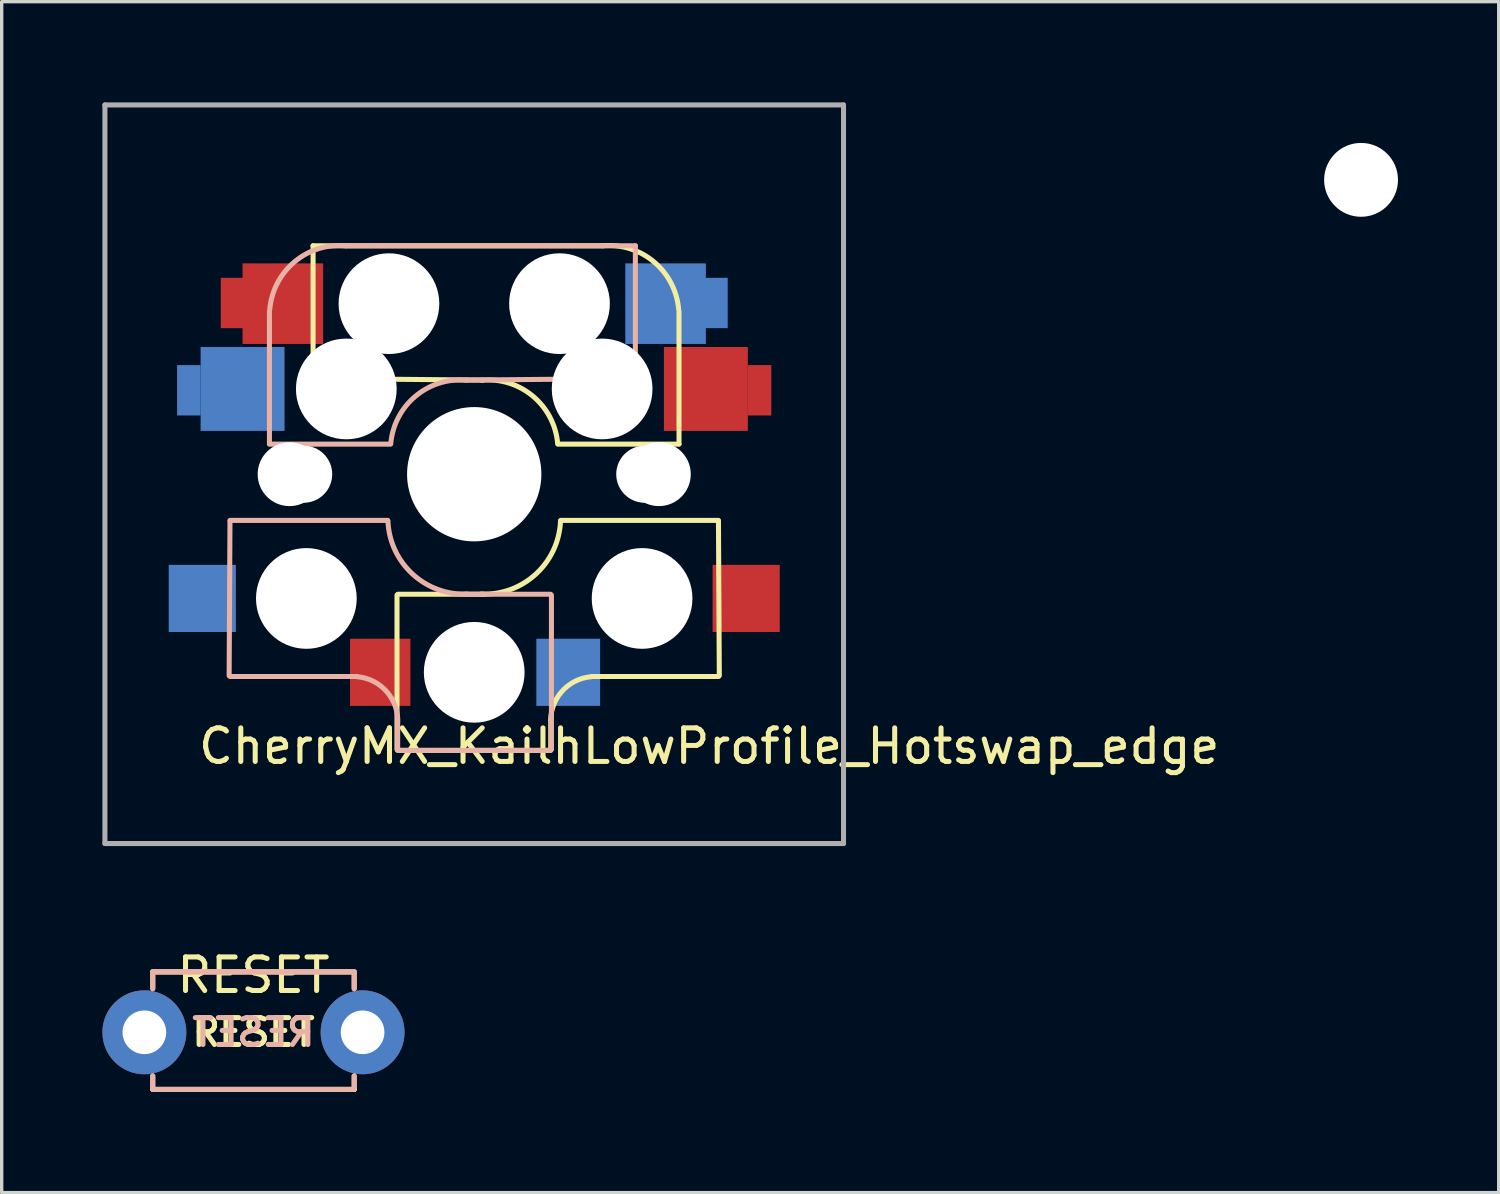
<source format=kicad_pcb>
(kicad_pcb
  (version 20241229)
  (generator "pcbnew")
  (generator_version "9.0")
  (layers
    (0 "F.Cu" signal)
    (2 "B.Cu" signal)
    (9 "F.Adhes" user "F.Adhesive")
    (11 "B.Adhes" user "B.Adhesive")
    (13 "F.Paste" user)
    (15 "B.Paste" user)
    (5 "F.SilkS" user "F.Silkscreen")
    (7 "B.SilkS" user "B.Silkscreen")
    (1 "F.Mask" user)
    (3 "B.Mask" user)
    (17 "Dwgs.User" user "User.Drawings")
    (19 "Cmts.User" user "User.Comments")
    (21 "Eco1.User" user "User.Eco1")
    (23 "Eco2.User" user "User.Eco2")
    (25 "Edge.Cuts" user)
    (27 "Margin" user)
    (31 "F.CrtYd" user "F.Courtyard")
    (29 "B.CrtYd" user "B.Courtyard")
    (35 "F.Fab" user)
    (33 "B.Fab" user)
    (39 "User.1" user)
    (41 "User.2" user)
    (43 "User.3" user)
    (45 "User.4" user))
  (footprint "HOLE_M2"
    (layer "F.Cu")
    (at 37.49 2.307)
    (property "Reference" "HOLE_M2" (at 0 -2 0) (layer "Eco2.User") (effects (font (size 0.3 0.3) (thickness 0.075))))
    (attr through_hole)
    (pad "" np_thru_hole circle (at 0 0) (size 2.2 2.2) (drill 2.2) (layers "*.Cu" "*.Mask")))
  (footprint "RESET"
    (layer "F.Cu")
    (at 4.5 27.698)
    (property "Reference" "RESET" (at 0 -1.7 0) (layer "F.SilkS") (effects (font (size 1 1) (thickness 0.15))))
    (attr through_hole)
    (fp_line (start -3 -1.8) (end -3 -1.3) (stroke (width 0.15) (type solid)) (layer "F.SilkS"))
    (fp_line (start -3 1.7) (end -3 1.3) (stroke (width 0.15) (type solid)) (layer "F.SilkS"))
    (fp_line (start -3 1.7) (end 3 1.7) (stroke (width 0.15) (type solid)) (layer "F.SilkS"))
    (fp_line (start 3 -1.8) (end -3 -1.8) (stroke (width 0.15) (type solid)) (layer "F.SilkS"))
    (fp_line (start 3 -1.8) (end 3 -1.3) (stroke (width 0.15) (type solid)) (layer "F.SilkS"))
    (fp_line (start 3 1.7) (end 3 1.3) (stroke (width 0.15) (type solid)) (layer "F.SilkS"))
    (fp_line (start -3 -1.8) (end -3 -1.3) (stroke (width 0.15) (type solid)) (layer "B.SilkS"))
    (fp_line (start -3 -1.8) (end 2.9 -1.8) (stroke (width 0.15) (type solid)) (layer "B.SilkS"))
    (fp_line (start -3 -1.8) (end 3 -1.8) (stroke (width 0.15) (type solid)) (layer "B.SilkS"))
    (fp_line (start -3 1.7) (end -3 1.3) (stroke (width 0.15) (type solid)) (layer "B.SilkS"))
    (fp_line (start 3 -1.8) (end 3 -1.3) (stroke (width 0.15) (type solid)) (layer "B.SilkS"))
    (fp_line (start 3 1.7) (end -3 1.7) (stroke (width 0.15) (type solid)) (layer "B.SilkS"))
    (fp_line (start 3 1.7) (end 3 1.3) (stroke (width 0.15) (type solid)) (layer "B.SilkS"))
    (fp_text user "RESET" (at 0 0 0) (layer "F.SilkS") (effects (font (size 0.8 0.8) (thickness 0.15))))
    (fp_text user "RESET" (at 0 0 180) (layer "B.SilkS") (effects (font (size 0.8 0.8) (thickness 0.15)) (justify mirror)))
    (pad "1" thru_hole circle (at -3.25 0) (size 2.5 2.5) (drill 1.3) (layers "*.Cu" "*.Mask"))
    (pad "2" thru_hole circle (at 3.25 0) (size 2.5 2.5) (drill 1.3) (layers "*.Cu" "*.Mask")))
  (footprint "CherryMX_KailhLowProfile_Hotswap_edge"
    (layer "F.Cu")
    (at 11.075 11.075)
    (property "Reference" "CherryMX_KailhLowProfile_Hotswap_edge" (at 7 8.1 0) (layer "F.SilkS") (effects (font (size 1 1) (thickness 0.15))))
    (attr through_hole)
    (fp_line (start -4.8 -6.804) (end 3.825 -6.804) (stroke (width 0.15) (type solid)) (layer "F.SilkS"))
    (fp_line (start -4.8 -2.896) (end -4.8 -6.804) (stroke (width 0.15) (type solid)) (layer "F.SilkS"))
    (fp_line (start -4.8 -2.85) (end 0.25 -2.804) (stroke (width 0.15) (type solid)) (layer "F.SilkS"))
    (fp_line (start -2.3 3.6) (end -2.3 8.2) (stroke (width 0.15) (type solid)) (layer "F.SilkS"))
    (fp_line (start -2.275 3.575) (end 0.275 3.575) (stroke (width 0.15) (type solid)) (layer "F.SilkS"))
    (fp_line (start -2.275 8.225) (end 2.275 8.225) (stroke (width 0.15) (type solid)) (layer "F.SilkS"))
    (fp_line (start 2.28 7.5) (end 2.28 8.2) (stroke (width 0.15) (type solid)) (layer "F.SilkS"))
    (fp_line (start 2.575 1.375) (end 7.275 1.375) (stroke (width 0.15) (type solid)) (layer "F.SilkS"))
    (fp_line (start 3.5 6.025) (end 7.275 6.025) (stroke (width 0.15) (type solid)) (layer "F.SilkS"))
    (fp_line (start 6.1 -4.85) (end 6.1 -0.905) (stroke (width 0.15) (type solid)) (layer "F.SilkS"))
    (fp_line (start 6.1 -0.896) (end 2.49 -0.896) (stroke (width 0.15) (type solid)) (layer "F.SilkS"))
    (fp_line (start 7.275 1.4) (end 7.3 6) (stroke (width 0.15) (type solid)) (layer "F.SilkS"))
    (fp_arc (start 0.225 -2.8) (mid 1.744361 -2.328062) (end 2.485001 -0.920001) (stroke (width 0.15) (type solid)) (layer "F.SilkS"))
    (fp_arc (start 2.279999 7.449999) (mid 2.595908 6.487329) (end 3.5 6.03) (stroke (width 0.15) (type solid)) (layer "F.SilkS"))
    (fp_arc (start 2.57 1.4) (mid 1.834422 2.975843) (end 0.2 3.57) (stroke (width 0.15) (type solid)) (layer "F.SilkS"))
    (fp_arc (start 3.825 -6.804) (mid 5.347189 -6.33089) (end 6.089 -4.92) (stroke (width 0.15) (type solid)) (layer "F.SilkS"))
    (fp_line (start -7.275 1.4) (end -7.3 6) (stroke (width 0.15) (type solid)) (layer "B.SilkS"))
    (fp_line (start -6.1 -4.85) (end -6.1 -0.905) (stroke (width 0.15) (type solid)) (layer "B.SilkS"))
    (fp_line (start -6.1 -0.896) (end -2.49 -0.896) (stroke (width 0.15) (type solid)) (layer "B.SilkS"))
    (fp_line (start -3.5 6.025) (end -7.275 6.025) (stroke (width 0.15) (type solid)) (layer "B.SilkS"))
    (fp_line (start -2.575 1.375) (end -7.275 1.375) (stroke (width 0.15) (type solid)) (layer "B.SilkS"))
    (fp_line (start -2.28 7.5) (end -2.28 8.2) (stroke (width 0.15) (type solid)) (layer "B.SilkS"))
    (fp_line (start 2.275 3.575) (end -0.275 3.575) (stroke (width 0.15) (type solid)) (layer "B.SilkS"))
    (fp_line (start 2.275 8.225) (end -2.275 8.225) (stroke (width 0.15) (type solid)) (layer "B.SilkS"))
    (fp_line (start 2.3 3.6) (end 2.3 8.2) (stroke (width 0.15) (type solid)) (layer "B.SilkS"))
    (fp_line (start 4.8 -6.804) (end -3.825 -6.804) (stroke (width 0.15) (type solid)) (layer "B.SilkS"))
    (fp_line (start 4.8 -2.896) (end 4.8 -6.804) (stroke (width 0.15) (type solid)) (layer "B.SilkS"))
    (fp_line (start 4.8 -2.85) (end -0.25 -2.804) (stroke (width 0.15) (type solid)) (layer "B.SilkS"))
    (fp_arc (start -6.089 -4.92) (mid -5.347189 -6.33089) (end -3.825 -6.804) (stroke (width 0.15) (type solid)) (layer "B.SilkS"))
    (fp_arc (start -3.5 6.03) (mid -2.595908 6.48733) (end -2.28 7.45) (stroke (width 0.15) (type solid)) (layer "B.SilkS"))
    (fp_arc (start -2.484999 -0.920001) (mid -1.74436 -2.328062) (end -0.225 -2.8) (stroke (width 0.15) (type solid)) (layer "B.SilkS"))
    (fp_arc (start -0.2 3.57) (mid -1.834422 2.975843) (end -2.57 1.4) (stroke (width 0.15) (type solid)) (layer "B.SilkS"))
    (fp_line (start -9 -9) (end 9 -9) (stroke (width 0.15) (type solid)) (layer "Eco2.User"))
    (fp_line (start -9 9) (end -9 -9) (stroke (width 0.15) (type solid)) (layer "Eco2.User"))
    (fp_line (start -7 -7) (end 7 -7) (stroke (width 0.15) (type solid)) (layer "Eco2.User"))
    (fp_line (start -7 7) (end -7 -7) (stroke (width 0.15) (type solid)) (layer "Eco2.User"))
    (fp_line (start 7 -7) (end 7 7) (stroke (width 0.15) (type solid)) (layer "Eco2.User"))
    (fp_line (start 7 7) (end -7 7) (stroke (width 0.15) (type solid)) (layer "Eco2.User"))
    (fp_line (start 9 -9) (end 9 9) (stroke (width 0.15) (type solid)) (layer "Eco2.User"))
    (fp_line (start 9 9) (end -9 9) (stroke (width 0.15) (type solid)) (layer "Eco2.User"))
    (fp_line (start -11 -11) (end -11 11) (stroke (width 0.15) (type solid)) (layer "F.Fab"))
    (fp_line (start -11 11) (end 11 11) (stroke (width 0.15) (type solid)) (layer "F.Fab"))
    (fp_line (start 11 -11) (end -11 -11) (stroke (width 0.15) (type solid)) (layer "F.Fab"))
    (fp_line (start 11 11) (end 11 -11) (stroke (width 0.15) (type solid)) (layer "F.Fab"))
    (pad "" np_thru_hole circle (at -5.5 0 90) (size 1.9 1.9) (drill 1.9) (layers "*.Cu" "*.Mask"))
    (pad "" np_thru_hole circle (at -5.08 0) (size 1.7 1.7) (drill 1.7) (layers "*.Cu" "*.Mask"))
    (pad "" np_thru_hole circle (at -5 3.7 90) (size 3 3) (drill 3) (layers "*.Cu" "*.Mask"))
    (pad "" np_thru_hole circle (at -3.825 -2.58 180) (size 0.1 0.1) (drill 0.1) (layers "*.Cu" "*.Mask"))
    (pad "" np_thru_hole circle (at -3.81 -2.54 180) (size 3 3) (drill 3) (layers "*.Cu" "*.Mask"))
    (pad "" np_thru_hole circle (at -2.54 -5.08 180) (size 3 3) (drill 3) (layers "*.Cu" "*.Mask"))
    (pad "" np_thru_hole circle (at 0 0 90) (size 4 4) (drill 4) (layers "*.Cu" "*.Mask"))
    (pad "" np_thru_hole circle (at 0 5.9 90) (size 3 3) (drill 3) (layers "*.Cu" "*.Mask"))
    (pad "" np_thru_hole circle (at 2.54 -5.08 180) (size 3 3) (drill 3) (layers "*.Cu" "*.Mask"))
    (pad "" np_thru_hole circle (at 3.81 -2.54 180) (size 3 3) (drill 3) (layers "*.Cu" "*.Mask"))
    (pad "" np_thru_hole circle (at 5 3.7 270) (size 3 3) (drill 3) (layers "*.Cu" "*.Mask"))
    (pad "" np_thru_hole circle (at 5.08 0) (size 1.7 1.7) (drill 1.7) (layers "*.Cu" "*.Mask"))
    (pad "" np_thru_hole circle (at 5.5 0 90) (size 1.9 1.9) (drill 1.9) (layers "*.Cu" "*.Mask"))
    (pad "1" smd rect (at -8.5 -2.5) (size 0.7 1.5) (layers "B.Cu" "B.Mask" "B.Paste"))
    (pad "1" smd rect (at -8.1 3.7 180) (size 2 2) (layers "B.Cu" "B.Mask" "B.Paste"))
    (pad "1" smd rect (at -7.2 -5.1) (size 0.7 1.5) (layers "F.Cu" "F.Mask" "F.Paste"))
    (pad "1" smd rect (at -6.9 -2.54 180) (size 2.5 2.5) (layers "B.Cu" "B.Mask" "B.Paste"))
    (pad "1" smd rect (at -5.7 -5.08 180) (size 2.4 2.4) (layers "F.Cu" "F.Mask" "F.Paste"))
    (pad "1" smd rect (at 8.1 3.7 180) (size 2 2) (layers "F.Cu" "F.Mask" "F.Paste"))
    (pad "2" smd rect (at -2.8 5.9 180) (size 1.8 2) (layers "F.Cu" "F.Mask" "F.Paste"))
    (pad "2" smd rect (at 2.8 5.9 180) (size 1.9 2) (layers "B.Cu" "B.Mask" "B.Paste"))
    (pad "2" smd rect (at 5.7 -5.08 180) (size 2.4 2.4) (layers "B.Cu" "B.Mask" "B.Paste"))
    (pad "2" smd rect (at 6.9 -2.54 180) (size 2.5 2.5) (layers "F.Cu" "F.Mask" "F.Paste"))
    (pad "2" smd rect (at 7.2 -5.1) (size 0.7 1.5) (layers "B.Cu" "B.Mask" "B.Paste"))
    (pad "2" smd rect (at 8.5 -2.5) (size 0.7 1.5) (layers "F.Cu" "F.Mask" "F.Paste")))
  (gr_rect
    (start -3 -3)
    (end 41.59 32.473)
    (stroke (width 0.1) (type default))
    (fill no)
    (layer "Edge.Cuts")))
</source>
